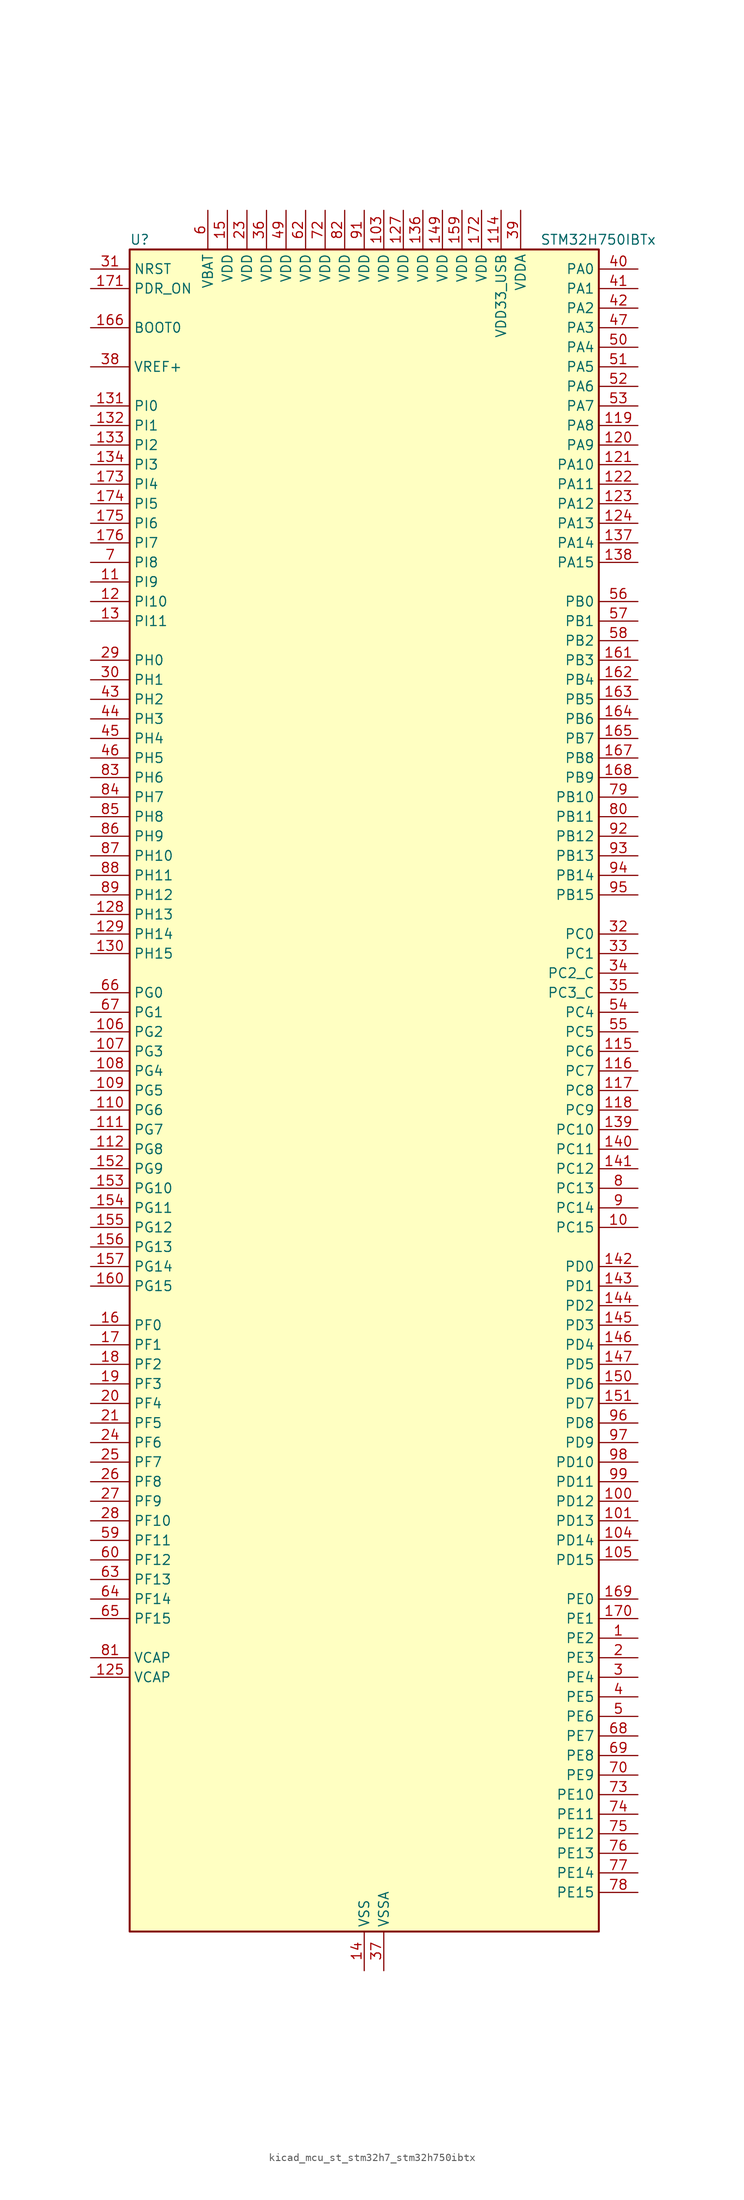
<source format=kicad_sym>
(kicad_symbol_lib
  (version 20220914)
  (generator kicad_symbol_editor)
  (symbol "kicad_mcu_st_stm32h7_stm32h750ibtx"
    (property "Reference" "U"
      (at -30.48 110.49 0)
      (effects (font (size 1.27 1.27)) (justify left)))
    (property "Value" "STM32H750IBTx"
      (at 22.86 110.49 0)
      (effects (font (size 1.27 1.27)) (justify left)))
    (property "ki_locked" ""
      (at 0 0 0)
      (effects (font (size 1.27 1.27))))
    (symbol "kicad_mcu_st_stm32h7_stm32h750ibtx_0_1"
      (rectangle (start -30.48 -109.22) (end 30.48 109.22) (stroke (width 0.254) (type default)) (fill (type background))))
    (symbol "kicad_mcu_st_stm32h7_stm32h750ibtx_1_1"
      (pin bidirectional line (at 35.56 -71.12 180) (length 5.08) (name "PE2" (effects (font (size 1.27 1.27)))) (number "1" (effects (font (size 1.27 1.27)))) (alternate "DEBUG_TRACECLK" bidirectional line) (alternate "ETH_TXD3" bidirectional line) (alternate "FMC_A23" bidirectional line) (alternate "QUADSPI_BK1_IO2" bidirectional line) (alternate "SAI1_CK1" bidirectional line) (alternate "SAI1_MCLK_A" bidirectional line) (alternate "SAI4_CK1" bidirectional line) (alternate "SAI4_MCLK_A" bidirectional line) (alternate "SPI4_SCK" bidirectional line))
      (pin bidirectional line (at 35.56 -17.78 180) (length 5.08) (name "PC15" (effects (font (size 1.27 1.27)))) (number "10" (effects (font (size 1.27 1.27)))) (alternate "ADC1_EXTI15" bidirectional line) (alternate "ADC2_EXTI15" bidirectional line) (alternate "ADC3_EXTI15" bidirectional line) (alternate "RCC_OSC32_OUT" bidirectional line))
      (pin bidirectional line (at 35.56 -53.34 180) (length 5.08) (name "PD12" (effects (font (size 1.27 1.27)))) (number "100" (effects (font (size 1.27 1.27)))) (alternate "FMC_A17" bidirectional line) (alternate "FMC_ALE" bidirectional line) (alternate "I2C4_SCL" bidirectional line) (alternate "LPTIM1_IN1" bidirectional line) (alternate "LPTIM2_IN1" bidirectional line) (alternate "QUADSPI_BK1_IO1" bidirectional line) (alternate "SAI2_FS_A" bidirectional line) (alternate "TIM4_CH1" bidirectional line) (alternate "USART3_DE" bidirectional line) (alternate "USART3_RTS" bidirectional line))
      (pin bidirectional line (at 35.56 -55.88 180) (length 5.08) (name "PD13" (effects (font (size 1.27 1.27)))) (number "101" (effects (font (size 1.27 1.27)))) (alternate "FMC_A18" bidirectional line) (alternate "I2C4_SDA" bidirectional line) (alternate "LPTIM1_OUT" bidirectional line) (alternate "QUADSPI_BK1_IO3" bidirectional line) (alternate "SAI2_SCK_A" bidirectional line) (alternate "TIM4_CH2" bidirectional line))
      (pin passive line (at 0 -114.3 90) (length 5.08) hide (name "VSS" (effects (font (size 1.27 1.27)))) (number "102" (effects (font (size 1.27 1.27)))))
      (pin power_in line (at 2.54 114.3 270) (length 5.08) (name "VDD" (effects (font (size 1.27 1.27)))) (number "103" (effects (font (size 1.27 1.27)))))
      (pin bidirectional line (at 35.56 -58.42 180) (length 5.08) (name "PD14" (effects (font (size 1.27 1.27)))) (number "104" (effects (font (size 1.27 1.27)))) (alternate "FMC_D0" bidirectional line) (alternate "FMC_DA0" bidirectional line) (alternate "SAI3_MCLK_B" bidirectional line) (alternate "TIM4_CH3" bidirectional line) (alternate "UART8_CTS" bidirectional line))
      (pin bidirectional line (at 35.56 -60.96 180) (length 5.08) (name "PD15" (effects (font (size 1.27 1.27)))) (number "105" (effects (font (size 1.27 1.27)))) (alternate "ADC1_EXTI15" bidirectional line) (alternate "ADC2_EXTI15" bidirectional line) (alternate "ADC3_EXTI15" bidirectional line) (alternate "FMC_D1" bidirectional line) (alternate "FMC_DA1" bidirectional line) (alternate "SAI3_MCLK_A" bidirectional line) (alternate "TIM4_CH4" bidirectional line) (alternate "UART8_DE" bidirectional line) (alternate "UART8_RTS" bidirectional line))
      (pin bidirectional line (at -35.56 7.62 0) (length 5.08) (name "PG2" (effects (font (size 1.27 1.27)))) (number "106" (effects (font (size 1.27 1.27)))) (alternate "FMC_A12" bidirectional line) (alternate "TIM8_BKIN" bidirectional line) (alternate "TIM8_BKIN_COMP1" bidirectional line) (alternate "TIM8_BKIN_COMP2" bidirectional line))
      (pin bidirectional line (at -35.56 5.08 0) (length 5.08) (name "PG3" (effects (font (size 1.27 1.27)))) (number "107" (effects (font (size 1.27 1.27)))) (alternate "FMC_A13" bidirectional line) (alternate "TIM8_BKIN2" bidirectional line) (alternate "TIM8_BKIN2_COMP1" bidirectional line) (alternate "TIM8_BKIN2_COMP2" bidirectional line))
      (pin bidirectional line (at -35.56 2.54 0) (length 5.08) (name "PG4" (effects (font (size 1.27 1.27)))) (number "108" (effects (font (size 1.27 1.27)))) (alternate "FMC_A14" bidirectional line) (alternate "FMC_BA0" bidirectional line) (alternate "TIM1_BKIN2" bidirectional line) (alternate "TIM1_BKIN2_COMP1" bidirectional line) (alternate "TIM1_BKIN2_COMP2" bidirectional line))
      (pin bidirectional line (at -35.56 0 0) (length 5.08) (name "PG5" (effects (font (size 1.27 1.27)))) (number "109" (effects (font (size 1.27 1.27)))) (alternate "FMC_A15" bidirectional line) (alternate "FMC_BA1" bidirectional line) (alternate "TIM1_ETR" bidirectional line))
      (pin bidirectional line (at -35.56 66.04 0) (length 5.08) (name "PI9" (effects (font (size 1.27 1.27)))) (number "11" (effects (font (size 1.27 1.27)))) (alternate "DAC1_EXTI9" bidirectional line) (alternate "FDCAN1_RX" bidirectional line) (alternate "FMC_D30" bidirectional line) (alternate "LTDC_VSYNC" bidirectional line) (alternate "UART4_RX" bidirectional line))
      (pin bidirectional line (at -35.56 -2.54 0) (length 5.08) (name "PG6" (effects (font (size 1.27 1.27)))) (number "110" (effects (font (size 1.27 1.27)))) (alternate "DCMI_D12" bidirectional line) (alternate "FMC_NE3" bidirectional line) (alternate "HRTIM_CHE1" bidirectional line) (alternate "LTDC_R7" bidirectional line) (alternate "QUADSPI_BK1_NCS" bidirectional line) (alternate "TIM17_BKIN" bidirectional line))
      (pin bidirectional line (at -35.56 -5.08 0) (length 5.08) (name "PG7" (effects (font (size 1.27 1.27)))) (number "111" (effects (font (size 1.27 1.27)))) (alternate "DCMI_D13" bidirectional line) (alternate "FMC_INT" bidirectional line) (alternate "HRTIM_CHE2" bidirectional line) (alternate "LTDC_CLK" bidirectional line) (alternate "SAI1_MCLK_A" bidirectional line) (alternate "USART6_CK" bidirectional line))
      (pin bidirectional line (at -35.56 -7.62 0) (length 5.08) (name "PG8" (effects (font (size 1.27 1.27)))) (number "112" (effects (font (size 1.27 1.27)))) (alternate "ETH_PPS_OUT" bidirectional line) (alternate "FMC_SDCLK" bidirectional line) (alternate "LTDC_G7" bidirectional line) (alternate "SPDIFRX1_IN2" bidirectional line) (alternate "SPI6_NSS" bidirectional line) (alternate "TIM8_ETR" bidirectional line) (alternate "USART6_DE" bidirectional line) (alternate "USART6_RTS" bidirectional line))
      (pin passive line (at 0 -114.3 90) (length 5.08) hide (name "VSS" (effects (font (size 1.27 1.27)))) (number "113" (effects (font (size 1.27 1.27)))))
      (pin power_in line (at 17.78 114.3 270) (length 5.08) (name "VDD33_USB" (effects (font (size 1.27 1.27)))) (number "114" (effects (font (size 1.27 1.27)))))
      (pin bidirectional line (at 35.56 5.08 180) (length 5.08) (name "PC6" (effects (font (size 1.27 1.27)))) (number "115" (effects (font (size 1.27 1.27)))) (alternate "DCMI_D0" bidirectional line) (alternate "DFSDM1_CKIN3" bidirectional line) (alternate "FMC_NWAIT" bidirectional line) (alternate "HRTIM_CHA1" bidirectional line) (alternate "I2S2_MCK" bidirectional line) (alternate "LTDC_HSYNC" bidirectional line) (alternate "SDMMC1_D0DIR" bidirectional line) (alternate "SDMMC1_D6" bidirectional line) (alternate "SDMMC2_D6" bidirectional line) (alternate "SWPMI1_IO" bidirectional line) (alternate "TIM3_CH1" bidirectional line) (alternate "TIM8_CH1" bidirectional line) (alternate "USART6_TX" bidirectional line))
      (pin bidirectional line (at 35.56 2.54 180) (length 5.08) (name "PC7" (effects (font (size 1.27 1.27)))) (number "116" (effects (font (size 1.27 1.27)))) (alternate "DCMI_D1" bidirectional line) (alternate "DEBUG_TRGIO" bidirectional line) (alternate "DFSDM1_DATIN3" bidirectional line) (alternate "FMC_NE1" bidirectional line) (alternate "HRTIM_CHA2" bidirectional line) (alternate "I2S3_MCK" bidirectional line) (alternate "LTDC_G6" bidirectional line) (alternate "SDMMC1_D123DIR" bidirectional line) (alternate "SDMMC1_D7" bidirectional line) (alternate "SDMMC2_D7" bidirectional line) (alternate "SWPMI1_TX" bidirectional line) (alternate "TIM3_CH2" bidirectional line) (alternate "TIM8_CH2" bidirectional line) (alternate "USART6_RX" bidirectional line))
      (pin bidirectional line (at 35.56 0 180) (length 5.08) (name "PC8" (effects (font (size 1.27 1.27)))) (number "117" (effects (font (size 1.27 1.27)))) (alternate "DCMI_D2" bidirectional line) (alternate "DEBUG_TRACED1" bidirectional line) (alternate "FMC_NCE" bidirectional line) (alternate "FMC_NE2" bidirectional line) (alternate "HRTIM_CHB1" bidirectional line) (alternate "SDMMC1_D0" bidirectional line) (alternate "SWPMI1_RX" bidirectional line) (alternate "TIM3_CH3" bidirectional line) (alternate "TIM8_CH3" bidirectional line) (alternate "UART5_DE" bidirectional line) (alternate "UART5_RTS" bidirectional line) (alternate "USART6_CK" bidirectional line))
      (pin bidirectional line (at 35.56 -2.54 180) (length 5.08) (name "PC9" (effects (font (size 1.27 1.27)))) (number "118" (effects (font (size 1.27 1.27)))) (alternate "DAC1_EXTI9" bidirectional line) (alternate "DCMI_D3" bidirectional line) (alternate "I2C3_SDA" bidirectional line) (alternate "I2S_CKIN" bidirectional line) (alternate "LTDC_B2" bidirectional line) (alternate "LTDC_G3" bidirectional line) (alternate "QUADSPI_BK1_IO0" bidirectional line) (alternate "RCC_MCO_2" bidirectional line) (alternate "SDMMC1_D1" bidirectional line) (alternate "SWPMI1_SUSPEND" bidirectional line) (alternate "TIM3_CH4" bidirectional line) (alternate "TIM8_CH4" bidirectional line) (alternate "UART5_CTS" bidirectional line))
      (pin bidirectional line (at 35.56 86.36 180) (length 5.08) (name "PA8" (effects (font (size 1.27 1.27)))) (number "119" (effects (font (size 1.27 1.27)))) (alternate "HRTIM_CHB2" bidirectional line) (alternate "I2C3_SCL" bidirectional line) (alternate "LTDC_B3" bidirectional line) (alternate "LTDC_R6" bidirectional line) (alternate "RCC_MCO_1" bidirectional line) (alternate "TIM1_CH1" bidirectional line) (alternate "TIM8_BKIN2" bidirectional line) (alternate "TIM8_BKIN2_COMP1" bidirectional line) (alternate "TIM8_BKIN2_COMP2" bidirectional line) (alternate "UART7_RX" bidirectional line) (alternate "USART1_CK" bidirectional line) (alternate "USB_OTG_FS_SOF" bidirectional line))
      (pin bidirectional line (at -35.56 63.5 0) (length 5.08) (name "PI10" (effects (font (size 1.27 1.27)))) (number "12" (effects (font (size 1.27 1.27)))) (alternate "ETH_RX_ER" bidirectional line) (alternate "FMC_D31" bidirectional line) (alternate "LTDC_HSYNC" bidirectional line))
      (pin bidirectional line (at 35.56 83.82 180) (length 5.08) (name "PA9" (effects (font (size 1.27 1.27)))) (number "120" (effects (font (size 1.27 1.27)))) (alternate "DAC1_EXTI9" bidirectional line) (alternate "DCMI_D0" bidirectional line) (alternate "HRTIM_CHC1" bidirectional line) (alternate "I2C3_SMBA" bidirectional line) (alternate "I2S2_CK" bidirectional line) (alternate "LPUART1_TX" bidirectional line) (alternate "LTDC_R5" bidirectional line) (alternate "SPI2_SCK" bidirectional line) (alternate "TIM1_CH2" bidirectional line) (alternate "USART1_TX" bidirectional line) (alternate "USB_OTG_FS_VBUS" bidirectional line))
      (pin bidirectional line (at 35.56 81.28 180) (length 5.08) (name "PA10" (effects (font (size 1.27 1.27)))) (number "121" (effects (font (size 1.27 1.27)))) (alternate "DCMI_D1" bidirectional line) (alternate "HRTIM_CHC2" bidirectional line) (alternate "LPUART1_RX" bidirectional line) (alternate "LTDC_B1" bidirectional line) (alternate "LTDC_B4" bidirectional line) (alternate "MDIOS_MDIO" bidirectional line) (alternate "TIM1_CH3" bidirectional line) (alternate "USART1_RX" bidirectional line) (alternate "USB_OTG_FS_ID" bidirectional line))
      (pin bidirectional line (at 35.56 78.74 180) (length 5.08) (name "PA11" (effects (font (size 1.27 1.27)))) (number "122" (effects (font (size 1.27 1.27)))) (alternate "ADC1_EXTI11" bidirectional line) (alternate "ADC2_EXTI11" bidirectional line) (alternate "ADC3_EXTI11" bidirectional line) (alternate "FDCAN1_RX" bidirectional line) (alternate "HRTIM_CHD1" bidirectional line) (alternate "I2S2_WS" bidirectional line) (alternate "LPUART1_CTS" bidirectional line) (alternate "LTDC_R4" bidirectional line) (alternate "SPI2_NSS" bidirectional line) (alternate "TIM1_CH4" bidirectional line) (alternate "UART4_RX" bidirectional line) (alternate "USART1_CTS" bidirectional line) (alternate "USART1_NSS" bidirectional line) (alternate "USB_OTG_FS_DM" bidirectional line))
      (pin bidirectional line (at 35.56 76.2 180) (length 5.08) (name "PA12" (effects (font (size 1.27 1.27)))) (number "123" (effects (font (size 1.27 1.27)))) (alternate "FDCAN1_TX" bidirectional line) (alternate "HRTIM_CHD2" bidirectional line) (alternate "I2S2_CK" bidirectional line) (alternate "LPUART1_DE" bidirectional line) (alternate "LPUART1_RTS" bidirectional line) (alternate "LTDC_R5" bidirectional line) (alternate "SAI2_FS_B" bidirectional line) (alternate "SPI2_SCK" bidirectional line) (alternate "TIM1_ETR" bidirectional line) (alternate "UART4_TX" bidirectional line) (alternate "USART1_DE" bidirectional line) (alternate "USART1_RTS" bidirectional line) (alternate "USB_OTG_FS_DP" bidirectional line))
      (pin bidirectional line (at 35.56 73.66 180) (length 5.08) (name "PA13" (effects (font (size 1.27 1.27)))) (number "124" (effects (font (size 1.27 1.27)))) (alternate "DEBUG_JTMS-SWDIO" bidirectional line))
      (pin power_out line (at -35.56 -76.2 0) (length 5.08) (name "VCAP" (effects (font (size 1.27 1.27)))) (number "125" (effects (font (size 1.27 1.27)))))
      (pin passive line (at 0 -114.3 90) (length 5.08) hide (name "VSS" (effects (font (size 1.27 1.27)))) (number "126" (effects (font (size 1.27 1.27)))))
      (pin power_in line (at 5.08 114.3 270) (length 5.08) (name "VDD" (effects (font (size 1.27 1.27)))) (number "127" (effects (font (size 1.27 1.27)))))
      (pin bidirectional line (at -35.56 22.86 0) (length 5.08) (name "PH13" (effects (font (size 1.27 1.27)))) (number "128" (effects (font (size 1.27 1.27)))) (alternate "FDCAN1_TX" bidirectional line) (alternate "FMC_D21" bidirectional line) (alternate "LTDC_G2" bidirectional line) (alternate "TIM8_CH1N" bidirectional line) (alternate "UART4_TX" bidirectional line))
      (pin bidirectional line (at -35.56 20.32 0) (length 5.08) (name "PH14" (effects (font (size 1.27 1.27)))) (number "129" (effects (font (size 1.27 1.27)))) (alternate "DCMI_D4" bidirectional line) (alternate "FDCAN1_RX" bidirectional line) (alternate "FMC_D22" bidirectional line) (alternate "LTDC_G3" bidirectional line) (alternate "TIM8_CH2N" bidirectional line) (alternate "UART4_RX" bidirectional line))
      (pin bidirectional line (at -35.56 60.96 0) (length 5.08) (name "PI11" (effects (font (size 1.27 1.27)))) (number "13" (effects (font (size 1.27 1.27)))) (alternate "ADC1_EXTI11" bidirectional line) (alternate "ADC2_EXTI11" bidirectional line) (alternate "ADC3_EXTI11" bidirectional line) (alternate "LTDC_G6" bidirectional line) (alternate "PWR_WKUP4" bidirectional line) (alternate "USB_OTG_HS_ULPI_DIR" bidirectional line))
      (pin bidirectional line (at -35.56 17.78 0) (length 5.08) (name "PH15" (effects (font (size 1.27 1.27)))) (number "130" (effects (font (size 1.27 1.27)))) (alternate "ADC1_EXTI15" bidirectional line) (alternate "ADC2_EXTI15" bidirectional line) (alternate "ADC3_EXTI15" bidirectional line) (alternate "DCMI_D11" bidirectional line) (alternate "FMC_D23" bidirectional line) (alternate "LTDC_G4" bidirectional line) (alternate "TIM8_CH3N" bidirectional line))
      (pin bidirectional line (at -35.56 88.9 0) (length 5.08) (name "PI0" (effects (font (size 1.27 1.27)))) (number "131" (effects (font (size 1.27 1.27)))) (alternate "DCMI_D13" bidirectional line) (alternate "FMC_D24" bidirectional line) (alternate "I2S2_WS" bidirectional line) (alternate "LTDC_G5" bidirectional line) (alternate "SPI2_NSS" bidirectional line) (alternate "TIM5_CH4" bidirectional line))
      (pin bidirectional line (at -35.56 86.36 0) (length 5.08) (name "PI1" (effects (font (size 1.27 1.27)))) (number "132" (effects (font (size 1.27 1.27)))) (alternate "DCMI_D8" bidirectional line) (alternate "FMC_D25" bidirectional line) (alternate "I2S2_CK" bidirectional line) (alternate "LTDC_G6" bidirectional line) (alternate "SPI2_SCK" bidirectional line) (alternate "TIM8_BKIN2" bidirectional line) (alternate "TIM8_BKIN2_COMP1" bidirectional line) (alternate "TIM8_BKIN2_COMP2" bidirectional line))
      (pin bidirectional line (at -35.56 83.82 0) (length 5.08) (name "PI2" (effects (font (size 1.27 1.27)))) (number "133" (effects (font (size 1.27 1.27)))) (alternate "DCMI_D9" bidirectional line) (alternate "FMC_D26" bidirectional line) (alternate "I2S2_SDI" bidirectional line) (alternate "LTDC_G7" bidirectional line) (alternate "SPI2_MISO" bidirectional line) (alternate "TIM8_CH4" bidirectional line))
      (pin bidirectional line (at -35.56 81.28 0) (length 5.08) (name "PI3" (effects (font (size 1.27 1.27)))) (number "134" (effects (font (size 1.27 1.27)))) (alternate "DCMI_D10" bidirectional line) (alternate "FMC_D27" bidirectional line) (alternate "I2S2_SDO" bidirectional line) (alternate "SPI2_MOSI" bidirectional line) (alternate "TIM8_ETR" bidirectional line))
      (pin passive line (at 0 -114.3 90) (length 5.08) hide (name "VSS" (effects (font (size 1.27 1.27)))) (number "135" (effects (font (size 1.27 1.27)))))
      (pin power_in line (at 7.62 114.3 270) (length 5.08) (name "VDD" (effects (font (size 1.27 1.27)))) (number "136" (effects (font (size 1.27 1.27)))))
      (pin bidirectional line (at 35.56 71.12 180) (length 5.08) (name "PA14" (effects (font (size 1.27 1.27)))) (number "137" (effects (font (size 1.27 1.27)))) (alternate "DEBUG_JTCK-SWCLK" bidirectional line))
      (pin bidirectional line (at 35.56 68.58 180) (length 5.08) (name "PA15" (effects (font (size 1.27 1.27)))) (number "138" (effects (font (size 1.27 1.27)))) (alternate "ADC1_EXTI15" bidirectional line) (alternate "ADC2_EXTI15" bidirectional line) (alternate "ADC3_EXTI15" bidirectional line) (alternate "CEC" bidirectional line) (alternate "DEBUG_JTDI" bidirectional line) (alternate "HRTIM_FLT1" bidirectional line) (alternate "I2S1_WS" bidirectional line) (alternate "I2S3_WS" bidirectional line) (alternate "SPI1_NSS" bidirectional line) (alternate "SPI3_NSS" bidirectional line) (alternate "SPI6_NSS" bidirectional line) (alternate "TIM2_CH1" bidirectional line) (alternate "TIM2_ETR" bidirectional line) (alternate "UART4_DE" bidirectional line) (alternate "UART4_RTS" bidirectional line) (alternate "UART7_TX" bidirectional line))
      (pin bidirectional line (at 35.56 -5.08 180) (length 5.08) (name "PC10" (effects (font (size 1.27 1.27)))) (number "139" (effects (font (size 1.27 1.27)))) (alternate "DCMI_D8" bidirectional line) (alternate "DFSDM1_CKIN5" bidirectional line) (alternate "HRTIM_EEV1" bidirectional line) (alternate "I2S3_CK" bidirectional line) (alternate "LTDC_R2" bidirectional line) (alternate "QUADSPI_BK1_IO1" bidirectional line) (alternate "SDMMC1_D2" bidirectional line) (alternate "SPI3_SCK" bidirectional line) (alternate "UART4_TX" bidirectional line) (alternate "USART3_TX" bidirectional line))
      (pin power_in line (at 0 -114.3 90) (length 5.08) (name "VSS" (effects (font (size 1.27 1.27)))) (number "14" (effects (font (size 1.27 1.27)))))
      (pin bidirectional line (at 35.56 -7.62 180) (length 5.08) (name "PC11" (effects (font (size 1.27 1.27)))) (number "140" (effects (font (size 1.27 1.27)))) (alternate "ADC1_EXTI11" bidirectional line) (alternate "ADC2_EXTI11" bidirectional line) (alternate "ADC3_EXTI11" bidirectional line) (alternate "DCMI_D4" bidirectional line) (alternate "DFSDM1_DATIN5" bidirectional line) (alternate "HRTIM_FLT2" bidirectional line) (alternate "I2S3_SDI" bidirectional line) (alternate "QUADSPI_BK2_NCS" bidirectional line) (alternate "SDMMC1_D3" bidirectional line) (alternate "SPI3_MISO" bidirectional line) (alternate "UART4_RX" bidirectional line) (alternate "USART3_RX" bidirectional line))
      (pin bidirectional line (at 35.56 -10.16 180) (length 5.08) (name "PC12" (effects (font (size 1.27 1.27)))) (number "141" (effects (font (size 1.27 1.27)))) (alternate "DCMI_D9" bidirectional line) (alternate "DEBUG_TRACED3" bidirectional line) (alternate "HRTIM_EEV2" bidirectional line) (alternate "I2S3_SDO" bidirectional line) (alternate "SDMMC1_CK" bidirectional line) (alternate "SPI3_MOSI" bidirectional line) (alternate "UART5_TX" bidirectional line) (alternate "USART3_CK" bidirectional line))
      (pin bidirectional line (at 35.56 -22.86 180) (length 5.08) (name "PD0" (effects (font (size 1.27 1.27)))) (number "142" (effects (font (size 1.27 1.27)))) (alternate "DFSDM1_CKIN6" bidirectional line) (alternate "FDCAN1_RX" bidirectional line) (alternate "FMC_D2" bidirectional line) (alternate "FMC_DA2" bidirectional line) (alternate "SAI3_SCK_A" bidirectional line) (alternate "UART4_RX" bidirectional line))
      (pin bidirectional line (at 35.56 -25.4 180) (length 5.08) (name "PD1" (effects (font (size 1.27 1.27)))) (number "143" (effects (font (size 1.27 1.27)))) (alternate "DFSDM1_DATIN6" bidirectional line) (alternate "FDCAN1_TX" bidirectional line) (alternate "FMC_D3" bidirectional line) (alternate "FMC_DA3" bidirectional line) (alternate "SAI3_SD_A" bidirectional line) (alternate "UART4_TX" bidirectional line))
      (pin bidirectional line (at 35.56 -27.94 180) (length 5.08) (name "PD2" (effects (font (size 1.27 1.27)))) (number "144" (effects (font (size 1.27 1.27)))) (alternate "DCMI_D11" bidirectional line) (alternate "DEBUG_TRACED2" bidirectional line) (alternate "SDMMC1_CMD" bidirectional line) (alternate "TIM3_ETR" bidirectional line) (alternate "UART5_RX" bidirectional line))
      (pin bidirectional line (at 35.56 -30.48 180) (length 5.08) (name "PD3" (effects (font (size 1.27 1.27)))) (number "145" (effects (font (size 1.27 1.27)))) (alternate "DCMI_D5" bidirectional line) (alternate "DFSDM1_CKOUT" bidirectional line) (alternate "FMC_CLK" bidirectional line) (alternate "I2S2_CK" bidirectional line) (alternate "LTDC_G7" bidirectional line) (alternate "SPI2_SCK" bidirectional line) (alternate "USART2_CTS" bidirectional line) (alternate "USART2_NSS" bidirectional line))
      (pin bidirectional line (at 35.56 -33.02 180) (length 5.08) (name "PD4" (effects (font (size 1.27 1.27)))) (number "146" (effects (font (size 1.27 1.27)))) (alternate "FMC_NOE" bidirectional line) (alternate "HRTIM_FLT3" bidirectional line) (alternate "SAI3_FS_A" bidirectional line) (alternate "USART2_DE" bidirectional line) (alternate "USART2_RTS" bidirectional line))
      (pin bidirectional line (at 35.56 -35.56 180) (length 5.08) (name "PD5" (effects (font (size 1.27 1.27)))) (number "147" (effects (font (size 1.27 1.27)))) (alternate "FMC_NWE" bidirectional line) (alternate "HRTIM_EEV3" bidirectional line) (alternate "USART2_TX" bidirectional line))
      (pin passive line (at 0 -114.3 90) (length 5.08) hide (name "VSS" (effects (font (size 1.27 1.27)))) (number "148" (effects (font (size 1.27 1.27)))))
      (pin power_in line (at 10.16 114.3 270) (length 5.08) (name "VDD" (effects (font (size 1.27 1.27)))) (number "149" (effects (font (size 1.27 1.27)))))
      (pin power_in line (at -17.78 114.3 270) (length 5.08) (name "VDD" (effects (font (size 1.27 1.27)))) (number "15" (effects (font (size 1.27 1.27)))))
      (pin bidirectional line (at 35.56 -38.1 180) (length 5.08) (name "PD6" (effects (font (size 1.27 1.27)))) (number "150" (effects (font (size 1.27 1.27)))) (alternate "DCMI_D10" bidirectional line) (alternate "DFSDM1_CKIN4" bidirectional line) (alternate "DFSDM1_DATIN1" bidirectional line) (alternate "FMC_NWAIT" bidirectional line) (alternate "I2S3_SDO" bidirectional line) (alternate "LTDC_B2" bidirectional line) (alternate "SAI1_D1" bidirectional line) (alternate "SAI1_SD_A" bidirectional line) (alternate "SAI4_D1" bidirectional line) (alternate "SAI4_SD_A" bidirectional line) (alternate "SDMMC2_CK" bidirectional line) (alternate "SPI3_MOSI" bidirectional line) (alternate "USART2_RX" bidirectional line))
      (pin bidirectional line (at 35.56 -40.64 180) (length 5.08) (name "PD7" (effects (font (size 1.27 1.27)))) (number "151" (effects (font (size 1.27 1.27)))) (alternate "DFSDM1_CKIN1" bidirectional line) (alternate "DFSDM1_DATIN4" bidirectional line) (alternate "FMC_NE1" bidirectional line) (alternate "I2S1_SDO" bidirectional line) (alternate "SDMMC2_CMD" bidirectional line) (alternate "SPDIFRX1_IN0" bidirectional line) (alternate "SPI1_MOSI" bidirectional line) (alternate "USART2_CK" bidirectional line))
      (pin bidirectional line (at -35.56 -10.16 0) (length 5.08) (name "PG9" (effects (font (size 1.27 1.27)))) (number "152" (effects (font (size 1.27 1.27)))) (alternate "DAC1_EXTI9" bidirectional line) (alternate "DCMI_VSYNC" bidirectional line) (alternate "FMC_NCE" bidirectional line) (alternate "FMC_NE2" bidirectional line) (alternate "I2S1_SDI" bidirectional line) (alternate "QUADSPI_BK2_IO2" bidirectional line) (alternate "SAI2_FS_B" bidirectional line) (alternate "SPDIFRX1_IN3" bidirectional line) (alternate "SPI1_MISO" bidirectional line) (alternate "USART6_RX" bidirectional line))
      (pin bidirectional line (at -35.56 -12.7 0) (length 5.08) (name "PG10" (effects (font (size 1.27 1.27)))) (number "153" (effects (font (size 1.27 1.27)))) (alternate "DCMI_D2" bidirectional line) (alternate "FMC_NE3" bidirectional line) (alternate "HRTIM_FLT5" bidirectional line) (alternate "I2S1_WS" bidirectional line) (alternate "LTDC_B2" bidirectional line) (alternate "LTDC_G3" bidirectional line) (alternate "SAI2_SD_B" bidirectional line) (alternate "SPI1_NSS" bidirectional line))
      (pin bidirectional line (at -35.56 -15.24 0) (length 5.08) (name "PG11" (effects (font (size 1.27 1.27)))) (number "154" (effects (font (size 1.27 1.27)))) (alternate "ADC1_EXTI11" bidirectional line) (alternate "ADC2_EXTI11" bidirectional line) (alternate "ADC3_EXTI11" bidirectional line) (alternate "DCMI_D3" bidirectional line) (alternate "ETH_TX_EN" bidirectional line) (alternate "HRTIM_EEV4" bidirectional line) (alternate "I2S1_CK" bidirectional line) (alternate "LPTIM1_IN2" bidirectional line) (alternate "LTDC_B3" bidirectional line) (alternate "SDMMC2_D2" bidirectional line) (alternate "SPDIFRX1_IN0" bidirectional line) (alternate "SPI1_SCK" bidirectional line))
      (pin bidirectional line (at -35.56 -17.78 0) (length 5.08) (name "PG12" (effects (font (size 1.27 1.27)))) (number "155" (effects (font (size 1.27 1.27)))) (alternate "ETH_TXD1" bidirectional line) (alternate "FMC_NE4" bidirectional line) (alternate "HRTIM_EEV5" bidirectional line) (alternate "LPTIM1_IN1" bidirectional line) (alternate "LTDC_B1" bidirectional line) (alternate "LTDC_B4" bidirectional line) (alternate "SPDIFRX1_IN1" bidirectional line) (alternate "SPI6_MISO" bidirectional line) (alternate "USART6_DE" bidirectional line) (alternate "USART6_RTS" bidirectional line))
      (pin bidirectional line (at -35.56 -20.32 0) (length 5.08) (name "PG13" (effects (font (size 1.27 1.27)))) (number "156" (effects (font (size 1.27 1.27)))) (alternate "DEBUG_TRACED0" bidirectional line) (alternate "ETH_TXD0" bidirectional line) (alternate "FMC_A24" bidirectional line) (alternate "HRTIM_EEV10" bidirectional line) (alternate "LPTIM1_OUT" bidirectional line) (alternate "LTDC_R0" bidirectional line) (alternate "SPI6_SCK" bidirectional line) (alternate "USART6_CTS" bidirectional line) (alternate "USART6_NSS" bidirectional line))
      (pin bidirectional line (at -35.56 -22.86 0) (length 5.08) (name "PG14" (effects (font (size 1.27 1.27)))) (number "157" (effects (font (size 1.27 1.27)))) (alternate "DEBUG_TRACED1" bidirectional line) (alternate "ETH_TXD1" bidirectional line) (alternate "FMC_A25" bidirectional line) (alternate "LPTIM1_ETR" bidirectional line) (alternate "LTDC_B0" bidirectional line) (alternate "QUADSPI_BK2_IO3" bidirectional line) (alternate "SPI6_MOSI" bidirectional line) (alternate "USART6_TX" bidirectional line))
      (pin passive line (at 0 -114.3 90) (length 5.08) hide (name "VSS" (effects (font (size 1.27 1.27)))) (number "158" (effects (font (size 1.27 1.27)))))
      (pin power_in line (at 12.7 114.3 270) (length 5.08) (name "VDD" (effects (font (size 1.27 1.27)))) (number "159" (effects (font (size 1.27 1.27)))))
      (pin bidirectional line (at -35.56 -30.48 0) (length 5.08) (name "PF0" (effects (font (size 1.27 1.27)))) (number "16" (effects (font (size 1.27 1.27)))) (alternate "FMC_A0" bidirectional line) (alternate "I2C2_SDA" bidirectional line))
      (pin bidirectional line (at -35.56 -25.4 0) (length 5.08) (name "PG15" (effects (font (size 1.27 1.27)))) (number "160" (effects (font (size 1.27 1.27)))) (alternate "ADC1_EXTI15" bidirectional line) (alternate "ADC2_EXTI15" bidirectional line) (alternate "ADC3_EXTI15" bidirectional line) (alternate "DCMI_D13" bidirectional line) (alternate "FMC_SDNCAS" bidirectional line) (alternate "USART6_CTS" bidirectional line) (alternate "USART6_NSS" bidirectional line))
      (pin bidirectional line (at 35.56 55.88 180) (length 5.08) (name "PB3" (effects (font (size 1.27 1.27)))) (number "161" (effects (font (size 1.27 1.27)))) (alternate "CRS_SYNC" bidirectional line) (alternate "DEBUG_JTDO-SWO" bidirectional line) (alternate "HRTIM_FLT4" bidirectional line) (alternate "I2S1_CK" bidirectional line) (alternate "I2S3_CK" bidirectional line) (alternate "SDMMC2_D2" bidirectional line) (alternate "SPI1_SCK" bidirectional line) (alternate "SPI3_SCK" bidirectional line) (alternate "SPI6_SCK" bidirectional line) (alternate "TIM2_CH2" bidirectional line) (alternate "UART7_RX" bidirectional line))
      (pin bidirectional line (at 35.56 53.34 180) (length 5.08) (name "PB4" (effects (font (size 1.27 1.27)))) (number "162" (effects (font (size 1.27 1.27)))) (alternate "DEBUG_JTRST" bidirectional line) (alternate "HRTIM_EEV6" bidirectional line) (alternate "I2S1_SDI" bidirectional line) (alternate "I2S2_WS" bidirectional line) (alternate "I2S3_SDI" bidirectional line) (alternate "SDMMC2_D3" bidirectional line) (alternate "SPI1_MISO" bidirectional line) (alternate "SPI2_NSS" bidirectional line) (alternate "SPI3_MISO" bidirectional line) (alternate "SPI6_MISO" bidirectional line) (alternate "TIM16_BKIN" bidirectional line) (alternate "TIM3_CH1" bidirectional line) (alternate "UART7_TX" bidirectional line))
      (pin bidirectional line (at 35.56 50.8 180) (length 5.08) (name "PB5" (effects (font (size 1.27 1.27)))) (number "163" (effects (font (size 1.27 1.27)))) (alternate "DCMI_D10" bidirectional line) (alternate "ETH_PPS_OUT" bidirectional line) (alternate "FDCAN2_RX" bidirectional line) (alternate "FMC_SDCKE1" bidirectional line) (alternate "HRTIM_EEV7" bidirectional line) (alternate "I2C1_SMBA" bidirectional line) (alternate "I2C4_SMBA" bidirectional line) (alternate "I2S1_SDO" bidirectional line) (alternate "I2S3_SDO" bidirectional line) (alternate "SPI1_MOSI" bidirectional line) (alternate "SPI3_MOSI" bidirectional line) (alternate "SPI6_MOSI" bidirectional line) (alternate "TIM17_BKIN" bidirectional line) (alternate "TIM3_CH2" bidirectional line) (alternate "UART5_RX" bidirectional line) (alternate "USB_OTG_HS_ULPI_D7" bidirectional line))
      (pin bidirectional line (at 35.56 48.26 180) (length 5.08) (name "PB6" (effects (font (size 1.27 1.27)))) (number "164" (effects (font (size 1.27 1.27)))) (alternate "CEC" bidirectional line) (alternate "DCMI_D5" bidirectional line) (alternate "DFSDM1_DATIN5" bidirectional line) (alternate "FDCAN2_TX" bidirectional line) (alternate "FMC_SDNE1" bidirectional line) (alternate "HRTIM_EEV8" bidirectional line) (alternate "I2C1_SCL" bidirectional line) (alternate "I2C4_SCL" bidirectional line) (alternate "LPUART1_TX" bidirectional line) (alternate "QUADSPI_BK1_NCS" bidirectional line) (alternate "TIM16_CH1N" bidirectional line) (alternate "TIM4_CH1" bidirectional line) (alternate "UART5_TX" bidirectional line) (alternate "USART1_TX" bidirectional line))
      (pin bidirectional line (at 35.56 45.72 180) (length 5.08) (name "PB7" (effects (font (size 1.27 1.27)))) (number "165" (effects (font (size 1.27 1.27)))) (alternate "DCMI_VSYNC" bidirectional line) (alternate "DFSDM1_CKIN5" bidirectional line) (alternate "FMC_NL" bidirectional line) (alternate "HRTIM_EEV9" bidirectional line) (alternate "I2C1_SDA" bidirectional line) (alternate "I2C4_SDA" bidirectional line) (alternate "LPUART1_RX" bidirectional line) (alternate "PWR_PVD_IN" bidirectional line) (alternate "TIM17_CH1N" bidirectional line) (alternate "TIM4_CH2" bidirectional line) (alternate "USART1_RX" bidirectional line))
      (pin input line (at -35.56 99.06 0) (length 5.08) (name "BOOT0" (effects (font (size 1.27 1.27)))) (number "166" (effects (font (size 1.27 1.27)))))
      (pin bidirectional line (at 35.56 43.18 180) (length 5.08) (name "PB8" (effects (font (size 1.27 1.27)))) (number "167" (effects (font (size 1.27 1.27)))) (alternate "DCMI_D6" bidirectional line) (alternate "DFSDM1_CKIN7" bidirectional line) (alternate "ETH_TXD3" bidirectional line) (alternate "FDCAN1_RX" bidirectional line) (alternate "I2C1_SCL" bidirectional line) (alternate "I2C4_SCL" bidirectional line) (alternate "LTDC_B6" bidirectional line) (alternate "SDMMC1_CKIN" bidirectional line) (alternate "SDMMC1_D4" bidirectional line) (alternate "SDMMC2_D4" bidirectional line) (alternate "TIM16_CH1" bidirectional line) (alternate "TIM4_CH3" bidirectional line) (alternate "UART4_RX" bidirectional line))
      (pin bidirectional line (at 35.56 40.64 180) (length 5.08) (name "PB9" (effects (font (size 1.27 1.27)))) (number "168" (effects (font (size 1.27 1.27)))) (alternate "DAC1_EXTI9" bidirectional line) (alternate "DCMI_D7" bidirectional line) (alternate "DFSDM1_DATIN7" bidirectional line) (alternate "FDCAN1_TX" bidirectional line) (alternate "I2C1_SDA" bidirectional line) (alternate "I2C4_SDA" bidirectional line) (alternate "I2C4_SMBA" bidirectional line) (alternate "I2S2_WS" bidirectional line) (alternate "LTDC_B7" bidirectional line) (alternate "SDMMC1_CDIR" bidirectional line) (alternate "SDMMC1_D5" bidirectional line) (alternate "SDMMC2_D5" bidirectional line) (alternate "SPI2_NSS" bidirectional line) (alternate "TIM17_CH1" bidirectional line) (alternate "TIM4_CH4" bidirectional line) (alternate "UART4_TX" bidirectional line))
      (pin bidirectional line (at 35.56 -66.04 180) (length 5.08) (name "PE0" (effects (font (size 1.27 1.27)))) (number "169" (effects (font (size 1.27 1.27)))) (alternate "DCMI_D2" bidirectional line) (alternate "FMC_NBL0" bidirectional line) (alternate "HRTIM_SCIN" bidirectional line) (alternate "LPTIM1_ETR" bidirectional line) (alternate "LPTIM2_ETR" bidirectional line) (alternate "SAI2_MCLK_A" bidirectional line) (alternate "TIM4_ETR" bidirectional line) (alternate "UART8_RX" bidirectional line))
      (pin bidirectional line (at -35.56 -33.02 0) (length 5.08) (name "PF1" (effects (font (size 1.27 1.27)))) (number "17" (effects (font (size 1.27 1.27)))) (alternate "FMC_A1" bidirectional line) (alternate "I2C2_SCL" bidirectional line))
      (pin bidirectional line (at 35.56 -68.58 180) (length 5.08) (name "PE1" (effects (font (size 1.27 1.27)))) (number "170" (effects (font (size 1.27 1.27)))) (alternate "DCMI_D3" bidirectional line) (alternate "FMC_NBL1" bidirectional line) (alternate "HRTIM_SCOUT" bidirectional line) (alternate "LPTIM1_IN2" bidirectional line) (alternate "UART8_TX" bidirectional line))
      (pin input line (at -35.56 104.14 0) (length 5.08) (name "PDR_ON" (effects (font (size 1.27 1.27)))) (number "171" (effects (font (size 1.27 1.27)))))
      (pin power_in line (at 15.24 114.3 270) (length 5.08) (name "VDD" (effects (font (size 1.27 1.27)))) (number "172" (effects (font (size 1.27 1.27)))))
      (pin bidirectional line (at -35.56 78.74 0) (length 5.08) (name "PI4" (effects (font (size 1.27 1.27)))) (number "173" (effects (font (size 1.27 1.27)))) (alternate "DCMI_D5" bidirectional line) (alternate "FMC_NBL2" bidirectional line) (alternate "LTDC_B4" bidirectional line) (alternate "SAI2_MCLK_A" bidirectional line) (alternate "TIM8_BKIN" bidirectional line) (alternate "TIM8_BKIN_COMP1" bidirectional line) (alternate "TIM8_BKIN_COMP2" bidirectional line))
      (pin bidirectional line (at -35.56 76.2 0) (length 5.08) (name "PI5" (effects (font (size 1.27 1.27)))) (number "174" (effects (font (size 1.27 1.27)))) (alternate "DCMI_VSYNC" bidirectional line) (alternate "FMC_NBL3" bidirectional line) (alternate "LTDC_B5" bidirectional line) (alternate "SAI2_SCK_A" bidirectional line) (alternate "TIM8_CH1" bidirectional line))
      (pin bidirectional line (at -35.56 73.66 0) (length 5.08) (name "PI6" (effects (font (size 1.27 1.27)))) (number "175" (effects (font (size 1.27 1.27)))) (alternate "DCMI_D6" bidirectional line) (alternate "FMC_D28" bidirectional line) (alternate "LTDC_B6" bidirectional line) (alternate "SAI2_SD_A" bidirectional line) (alternate "TIM8_CH2" bidirectional line))
      (pin bidirectional line (at -35.56 71.12 0) (length 5.08) (name "PI7" (effects (font (size 1.27 1.27)))) (number "176" (effects (font (size 1.27 1.27)))) (alternate "DCMI_D7" bidirectional line) (alternate "FMC_D29" bidirectional line) (alternate "LTDC_B7" bidirectional line) (alternate "SAI2_FS_A" bidirectional line) (alternate "TIM8_CH3" bidirectional line))
      (pin bidirectional line (at -35.56 -35.56 0) (length 5.08) (name "PF2" (effects (font (size 1.27 1.27)))) (number "18" (effects (font (size 1.27 1.27)))) (alternate "FMC_A2" bidirectional line) (alternate "I2C2_SMBA" bidirectional line))
      (pin bidirectional line (at -35.56 -38.1 0) (length 5.08) (name "PF3" (effects (font (size 1.27 1.27)))) (number "19" (effects (font (size 1.27 1.27)))) (alternate "ADC3_INP5" bidirectional line) (alternate "FMC_A3" bidirectional line))
      (pin bidirectional line (at 35.56 -73.66 180) (length 5.08) (name "PE3" (effects (font (size 1.27 1.27)))) (number "2" (effects (font (size 1.27 1.27)))) (alternate "DEBUG_TRACED0" bidirectional line) (alternate "FMC_A19" bidirectional line) (alternate "SAI1_SD_B" bidirectional line) (alternate "SAI4_SD_B" bidirectional line) (alternate "TIM15_BKIN" bidirectional line))
      (pin bidirectional line (at -35.56 -40.64 0) (length 5.08) (name "PF4" (effects (font (size 1.27 1.27)))) (number "20" (effects (font (size 1.27 1.27)))) (alternate "ADC3_INN5" bidirectional line) (alternate "ADC3_INP9" bidirectional line) (alternate "FMC_A4" bidirectional line))
      (pin bidirectional line (at -35.56 -43.18 0) (length 5.08) (name "PF5" (effects (font (size 1.27 1.27)))) (number "21" (effects (font (size 1.27 1.27)))) (alternate "ADC3_INP4" bidirectional line) (alternate "FMC_A5" bidirectional line))
      (pin passive line (at 0 -114.3 90) (length 5.08) hide (name "VSS" (effects (font (size 1.27 1.27)))) (number "22" (effects (font (size 1.27 1.27)))))
      (pin power_in line (at -15.24 114.3 270) (length 5.08) (name "VDD" (effects (font (size 1.27 1.27)))) (number "23" (effects (font (size 1.27 1.27)))))
      (pin bidirectional line (at -35.56 -45.72 0) (length 5.08) (name "PF6" (effects (font (size 1.27 1.27)))) (number "24" (effects (font (size 1.27 1.27)))) (alternate "ADC3_INN4" bidirectional line) (alternate "ADC3_INP8" bidirectional line) (alternate "QUADSPI_BK1_IO3" bidirectional line) (alternate "SAI1_SD_B" bidirectional line) (alternate "SAI4_SD_B" bidirectional line) (alternate "SPI5_NSS" bidirectional line) (alternate "TIM16_CH1" bidirectional line) (alternate "UART7_RX" bidirectional line))
      (pin bidirectional line (at -35.56 -48.26 0) (length 5.08) (name "PF7" (effects (font (size 1.27 1.27)))) (number "25" (effects (font (size 1.27 1.27)))) (alternate "ADC3_INP3" bidirectional line) (alternate "QUADSPI_BK1_IO2" bidirectional line) (alternate "SAI1_MCLK_B" bidirectional line) (alternate "SAI4_MCLK_B" bidirectional line) (alternate "SPI5_SCK" bidirectional line) (alternate "TIM17_CH1" bidirectional line) (alternate "UART7_TX" bidirectional line))
      (pin bidirectional line (at -35.56 -50.8 0) (length 5.08) (name "PF8" (effects (font (size 1.27 1.27)))) (number "26" (effects (font (size 1.27 1.27)))) (alternate "ADC3_INN3" bidirectional line) (alternate "ADC3_INP7" bidirectional line) (alternate "QUADSPI_BK1_IO0" bidirectional line) (alternate "SAI1_SCK_B" bidirectional line) (alternate "SAI4_SCK_B" bidirectional line) (alternate "SPI5_MISO" bidirectional line) (alternate "TIM13_CH1" bidirectional line) (alternate "TIM16_CH1N" bidirectional line) (alternate "UART7_DE" bidirectional line) (alternate "UART7_RTS" bidirectional line))
      (pin bidirectional line (at -35.56 -53.34 0) (length 5.08) (name "PF9" (effects (font (size 1.27 1.27)))) (number "27" (effects (font (size 1.27 1.27)))) (alternate "ADC3_INP2" bidirectional line) (alternate "DAC1_EXTI9" bidirectional line) (alternate "QUADSPI_BK1_IO1" bidirectional line) (alternate "SAI1_FS_B" bidirectional line) (alternate "SAI4_FS_B" bidirectional line) (alternate "SPI5_MOSI" bidirectional line) (alternate "TIM14_CH1" bidirectional line) (alternate "TIM17_CH1N" bidirectional line) (alternate "UART7_CTS" bidirectional line))
      (pin bidirectional line (at -35.56 -55.88 0) (length 5.08) (name "PF10" (effects (font (size 1.27 1.27)))) (number "28" (effects (font (size 1.27 1.27)))) (alternate "ADC3_INN2" bidirectional line) (alternate "ADC3_INP6" bidirectional line) (alternate "DCMI_D11" bidirectional line) (alternate "LTDC_DE" bidirectional line) (alternate "QUADSPI_CLK" bidirectional line) (alternate "SAI1_D3" bidirectional line) (alternate "SAI4_D3" bidirectional line) (alternate "TIM16_BKIN" bidirectional line))
      (pin bidirectional line (at -35.56 55.88 0) (length 5.08) (name "PH0" (effects (font (size 1.27 1.27)))) (number "29" (effects (font (size 1.27 1.27)))) (alternate "RCC_OSC_IN" bidirectional line))
      (pin bidirectional line (at 35.56 -76.2 180) (length 5.08) (name "PE4" (effects (font (size 1.27 1.27)))) (number "3" (effects (font (size 1.27 1.27)))) (alternate "DCMI_D4" bidirectional line) (alternate "DEBUG_TRACED1" bidirectional line) (alternate "DFSDM1_DATIN3" bidirectional line) (alternate "FMC_A20" bidirectional line) (alternate "LTDC_B0" bidirectional line) (alternate "SAI1_D2" bidirectional line) (alternate "SAI1_FS_A" bidirectional line) (alternate "SAI4_D2" bidirectional line) (alternate "SAI4_FS_A" bidirectional line) (alternate "SPI4_NSS" bidirectional line) (alternate "TIM15_CH1N" bidirectional line))
      (pin bidirectional line (at -35.56 53.34 0) (length 5.08) (name "PH1" (effects (font (size 1.27 1.27)))) (number "30" (effects (font (size 1.27 1.27)))) (alternate "RCC_OSC_OUT" bidirectional line))
      (pin input line (at -35.56 106.68 0) (length 5.08) (name "NRST" (effects (font (size 1.27 1.27)))) (number "31" (effects (font (size 1.27 1.27)))))
      (pin bidirectional line (at 35.56 20.32 180) (length 5.08) (name "PC0" (effects (font (size 1.27 1.27)))) (number "32" (effects (font (size 1.27 1.27)))) (alternate "ADC1_INP10" bidirectional line) (alternate "ADC2_INP10" bidirectional line) (alternate "ADC3_INP10" bidirectional line) (alternate "DFSDM1_CKIN0" bidirectional line) (alternate "DFSDM1_DATIN4" bidirectional line) (alternate "FMC_SDNWE" bidirectional line) (alternate "LTDC_R5" bidirectional line) (alternate "SAI2_FS_B" bidirectional line) (alternate "USB_OTG_HS_ULPI_STP" bidirectional line))
      (pin bidirectional line (at 35.56 17.78 180) (length 5.08) (name "PC1" (effects (font (size 1.27 1.27)))) (number "33" (effects (font (size 1.27 1.27)))) (alternate "ADC1_INN10" bidirectional line) (alternate "ADC1_INP11" bidirectional line) (alternate "ADC2_INN10" bidirectional line) (alternate "ADC2_INP11" bidirectional line) (alternate "ADC3_INN10" bidirectional line) (alternate "ADC3_INP11" bidirectional line) (alternate "DEBUG_TRACED0" bidirectional line) (alternate "DFSDM1_CKIN4" bidirectional line) (alternate "DFSDM1_DATIN0" bidirectional line) (alternate "ETH_MDC" bidirectional line) (alternate "I2S2_SDO" bidirectional line) (alternate "MDIOS_MDC" bidirectional line) (alternate "PWR_WKUP5" bidirectional line) (alternate "RTC_TAMP3" bidirectional line) (alternate "SAI1_D1" bidirectional line) (alternate "SAI1_SD_A" bidirectional line) (alternate "SAI4_D1" bidirectional line) (alternate "SAI4_SD_A" bidirectional line) (alternate "SDMMC2_CK" bidirectional line) (alternate "SPI2_MOSI" bidirectional line))
      (pin bidirectional line (at 35.56 15.24 180) (length 5.08) (name "PC2_C" (effects (font (size 1.27 1.27)))) (number "34" (effects (font (size 1.27 1.27)))) (alternate "ADC3_INN1" bidirectional line) (alternate "ADC3_INP0" bidirectional line) (alternate "DFSDM1_CKIN1" bidirectional line) (alternate "DFSDM1_CKOUT" bidirectional line) (alternate "ETH_TXD2" bidirectional line) (alternate "FMC_SDNE0" bidirectional line) (alternate "I2S2_SDI" bidirectional line) (alternate "PWR_CSTOP" bidirectional line) (alternate "SPI2_MISO" bidirectional line) (alternate "USB_OTG_HS_ULPI_DIR" bidirectional line))
      (pin bidirectional line (at 35.56 12.7 180) (length 5.08) (name "PC3_C" (effects (font (size 1.27 1.27)))) (number "35" (effects (font (size 1.27 1.27)))) (alternate "ADC3_INP1" bidirectional line) (alternate "DFSDM1_DATIN1" bidirectional line) (alternate "ETH_TX_CLK" bidirectional line) (alternate "FMC_SDCKE0" bidirectional line) (alternate "I2S2_SDO" bidirectional line) (alternate "PWR_CSLEEP" bidirectional line) (alternate "SPI2_MOSI" bidirectional line) (alternate "USB_OTG_HS_ULPI_NXT" bidirectional line))
      (pin power_in line (at -12.7 114.3 270) (length 5.08) (name "VDD" (effects (font (size 1.27 1.27)))) (number "36" (effects (font (size 1.27 1.27)))))
      (pin power_in line (at 2.54 -114.3 90) (length 5.08) (name "VSSA" (effects (font (size 1.27 1.27)))) (number "37" (effects (font (size 1.27 1.27)))))
      (pin input line (at -35.56 93.98 0) (length 5.08) (name "VREF+" (effects (font (size 1.27 1.27)))) (number "38" (effects (font (size 1.27 1.27)))) (alternate "VREFBUF_OUT" bidirectional line))
      (pin power_in line (at 20.32 114.3 270) (length 5.08) (name "VDDA" (effects (font (size 1.27 1.27)))) (number "39" (effects (font (size 1.27 1.27)))))
      (pin bidirectional line (at 35.56 -78.74 180) (length 5.08) (name "PE5" (effects (font (size 1.27 1.27)))) (number "4" (effects (font (size 1.27 1.27)))) (alternate "DCMI_D6" bidirectional line) (alternate "DEBUG_TRACED2" bidirectional line) (alternate "DFSDM1_CKIN3" bidirectional line) (alternate "FMC_A21" bidirectional line) (alternate "LTDC_G0" bidirectional line) (alternate "SAI1_CK2" bidirectional line) (alternate "SAI1_SCK_A" bidirectional line) (alternate "SAI4_CK2" bidirectional line) (alternate "SAI4_SCK_A" bidirectional line) (alternate "SPI4_MISO" bidirectional line) (alternate "TIM15_CH1" bidirectional line))
      (pin bidirectional line (at 35.56 106.68 180) (length 5.08) (name "PA0" (effects (font (size 1.27 1.27)))) (number "40" (effects (font (size 1.27 1.27)))) (alternate "ADC1_INP16" bidirectional line) (alternate "ETH_CRS" bidirectional line) (alternate "PWR_WKUP0" bidirectional line) (alternate "SAI2_SD_B" bidirectional line) (alternate "SDMMC2_CMD" bidirectional line) (alternate "TIM15_BKIN" bidirectional line) (alternate "TIM2_CH1" bidirectional line) (alternate "TIM2_ETR" bidirectional line) (alternate "TIM5_CH1" bidirectional line) (alternate "TIM8_ETR" bidirectional line) (alternate "UART4_TX" bidirectional line) (alternate "USART2_CTS" bidirectional line) (alternate "USART2_NSS" bidirectional line))
      (pin bidirectional line (at 35.56 104.14 180) (length 5.08) (name "PA1" (effects (font (size 1.27 1.27)))) (number "41" (effects (font (size 1.27 1.27)))) (alternate "ADC1_INN16" bidirectional line) (alternate "ADC1_INP17" bidirectional line) (alternate "ETH_REF_CLK" bidirectional line) (alternate "ETH_RX_CLK" bidirectional line) (alternate "LPTIM3_OUT" bidirectional line) (alternate "LTDC_R2" bidirectional line) (alternate "QUADSPI_BK1_IO3" bidirectional line) (alternate "SAI2_MCLK_B" bidirectional line) (alternate "TIM15_CH1N" bidirectional line) (alternate "TIM2_CH2" bidirectional line) (alternate "TIM5_CH2" bidirectional line) (alternate "UART4_RX" bidirectional line) (alternate "USART2_DE" bidirectional line) (alternate "USART2_RTS" bidirectional line))
      (pin bidirectional line (at 35.56 101.6 180) (length 5.08) (name "PA2" (effects (font (size 1.27 1.27)))) (number "42" (effects (font (size 1.27 1.27)))) (alternate "ADC1_INP14" bidirectional line) (alternate "ADC2_INP14" bidirectional line) (alternate "ETH_MDIO" bidirectional line) (alternate "LPTIM4_OUT" bidirectional line) (alternate "LTDC_R1" bidirectional line) (alternate "MDIOS_MDIO" bidirectional line) (alternate "PWR_WKUP1" bidirectional line) (alternate "SAI2_SCK_B" bidirectional line) (alternate "TIM15_CH1" bidirectional line) (alternate "TIM2_CH3" bidirectional line) (alternate "TIM5_CH3" bidirectional line) (alternate "USART2_TX" bidirectional line))
      (pin bidirectional line (at -35.56 50.8 0) (length 5.08) (name "PH2" (effects (font (size 1.27 1.27)))) (number "43" (effects (font (size 1.27 1.27)))) (alternate "ADC3_INP13" bidirectional line) (alternate "ETH_CRS" bidirectional line) (alternate "FMC_SDCKE0" bidirectional line) (alternate "LPTIM1_IN2" bidirectional line) (alternate "LTDC_R0" bidirectional line) (alternate "QUADSPI_BK2_IO0" bidirectional line) (alternate "SAI2_SCK_B" bidirectional line))
      (pin bidirectional line (at -35.56 48.26 0) (length 5.08) (name "PH3" (effects (font (size 1.27 1.27)))) (number "44" (effects (font (size 1.27 1.27)))) (alternate "ADC3_INN13" bidirectional line) (alternate "ADC3_INP14" bidirectional line) (alternate "ETH_COL" bidirectional line) (alternate "FMC_SDNE0" bidirectional line) (alternate "LTDC_R1" bidirectional line) (alternate "QUADSPI_BK2_IO1" bidirectional line) (alternate "SAI2_MCLK_B" bidirectional line))
      (pin bidirectional line (at -35.56 45.72 0) (length 5.08) (name "PH4" (effects (font (size 1.27 1.27)))) (number "45" (effects (font (size 1.27 1.27)))) (alternate "ADC3_INN14" bidirectional line) (alternate "ADC3_INP15" bidirectional line) (alternate "I2C2_SCL" bidirectional line) (alternate "LTDC_G4" bidirectional line) (alternate "LTDC_G5" bidirectional line) (alternate "USB_OTG_HS_ULPI_NXT" bidirectional line))
      (pin bidirectional line (at -35.56 43.18 0) (length 5.08) (name "PH5" (effects (font (size 1.27 1.27)))) (number "46" (effects (font (size 1.27 1.27)))) (alternate "ADC3_INN15" bidirectional line) (alternate "ADC3_INP16" bidirectional line) (alternate "FMC_SDNWE" bidirectional line) (alternate "I2C2_SDA" bidirectional line) (alternate "SPI5_NSS" bidirectional line))
      (pin bidirectional line (at 35.56 99.06 180) (length 5.08) (name "PA3" (effects (font (size 1.27 1.27)))) (number "47" (effects (font (size 1.27 1.27)))) (alternate "ADC1_INP15" bidirectional line) (alternate "ADC2_INP15" bidirectional line) (alternate "ETH_COL" bidirectional line) (alternate "LPTIM5_OUT" bidirectional line) (alternate "LTDC_B2" bidirectional line) (alternate "LTDC_B5" bidirectional line) (alternate "TIM15_CH2" bidirectional line) (alternate "TIM2_CH4" bidirectional line) (alternate "TIM5_CH4" bidirectional line) (alternate "USART2_RX" bidirectional line) (alternate "USB_OTG_HS_ULPI_D0" bidirectional line))
      (pin passive line (at 0 -114.3 90) (length 5.08) hide (name "VSS" (effects (font (size 1.27 1.27)))) (number "48" (effects (font (size 1.27 1.27)))))
      (pin power_in line (at -10.16 114.3 270) (length 5.08) (name "VDD" (effects (font (size 1.27 1.27)))) (number "49" (effects (font (size 1.27 1.27)))))
      (pin bidirectional line (at 35.56 -81.28 180) (length 5.08) (name "PE6" (effects (font (size 1.27 1.27)))) (number "5" (effects (font (size 1.27 1.27)))) (alternate "DCMI_D7" bidirectional line) (alternate "DEBUG_TRACED3" bidirectional line) (alternate "FMC_A22" bidirectional line) (alternate "LTDC_G1" bidirectional line) (alternate "SAI1_D1" bidirectional line) (alternate "SAI1_SD_A" bidirectional line) (alternate "SAI2_MCLK_B" bidirectional line) (alternate "SAI4_D1" bidirectional line) (alternate "SAI4_SD_A" bidirectional line) (alternate "SPI4_MOSI" bidirectional line) (alternate "TIM15_CH2" bidirectional line) (alternate "TIM1_BKIN2" bidirectional line) (alternate "TIM1_BKIN2_COMP1" bidirectional line) (alternate "TIM1_BKIN2_COMP2" bidirectional line))
      (pin bidirectional line (at 35.56 96.52 180) (length 5.08) (name "PA4" (effects (font (size 1.27 1.27)))) (number "50" (effects (font (size 1.27 1.27)))) (alternate "ADC1_INP18" bidirectional line) (alternate "ADC2_INP18" bidirectional line) (alternate "DAC1_OUT1" bidirectional line) (alternate "DCMI_HSYNC" bidirectional line) (alternate "I2S1_WS" bidirectional line) (alternate "I2S3_WS" bidirectional line) (alternate "LTDC_VSYNC" bidirectional line) (alternate "SPI1_NSS" bidirectional line) (alternate "SPI3_NSS" bidirectional line) (alternate "SPI6_NSS" bidirectional line) (alternate "TIM5_ETR" bidirectional line) (alternate "USART2_CK" bidirectional line) (alternate "USB_OTG_HS_SOF" bidirectional line))
      (pin bidirectional line (at 35.56 93.98 180) (length 5.08) (name "PA5" (effects (font (size 1.27 1.27)))) (number "51" (effects (font (size 1.27 1.27)))) (alternate "ADC1_INN18" bidirectional line) (alternate "ADC1_INP19" bidirectional line) (alternate "ADC2_INN18" bidirectional line) (alternate "ADC2_INP19" bidirectional line) (alternate "DAC1_OUT2" bidirectional line) (alternate "I2S1_CK" bidirectional line) (alternate "LTDC_R4" bidirectional line) (alternate "PWR_NDSTOP2" bidirectional line) (alternate "SPI1_SCK" bidirectional line) (alternate "SPI6_SCK" bidirectional line) (alternate "TIM2_CH1" bidirectional line) (alternate "TIM2_ETR" bidirectional line) (alternate "TIM8_CH1N" bidirectional line) (alternate "USB_OTG_HS_ULPI_CK" bidirectional line))
      (pin bidirectional line (at 35.56 91.44 180) (length 5.08) (name "PA6" (effects (font (size 1.27 1.27)))) (number "52" (effects (font (size 1.27 1.27)))) (alternate "ADC1_INP3" bidirectional line) (alternate "ADC2_INP3" bidirectional line) (alternate "DCMI_PIXCLK" bidirectional line) (alternate "I2S1_SDI" bidirectional line) (alternate "LTDC_G2" bidirectional line) (alternate "MDIOS_MDC" bidirectional line) (alternate "SPI1_MISO" bidirectional line) (alternate "SPI6_MISO" bidirectional line) (alternate "TIM13_CH1" bidirectional line) (alternate "TIM1_BKIN" bidirectional line) (alternate "TIM1_BKIN_COMP1" bidirectional line) (alternate "TIM1_BKIN_COMP2" bidirectional line) (alternate "TIM3_CH1" bidirectional line) (alternate "TIM8_BKIN" bidirectional line) (alternate "TIM8_BKIN_COMP1" bidirectional line) (alternate "TIM8_BKIN_COMP2" bidirectional line))
      (pin bidirectional line (at 35.56 88.9 180) (length 5.08) (name "PA7" (effects (font (size 1.27 1.27)))) (number "53" (effects (font (size 1.27 1.27)))) (alternate "ADC1_INN3" bidirectional line) (alternate "ADC1_INP7" bidirectional line) (alternate "ADC2_INN3" bidirectional line) (alternate "ADC2_INP7" bidirectional line) (alternate "ETH_CRS_DV" bidirectional line) (alternate "ETH_RX_DV" bidirectional line) (alternate "FMC_SDNWE" bidirectional line) (alternate "I2S1_SDO" bidirectional line) (alternate "OPAMP1_VINM" bidirectional line) (alternate "OPAMP1_VINM1" bidirectional line) (alternate "SPI1_MOSI" bidirectional line) (alternate "SPI6_MOSI" bidirectional line) (alternate "TIM14_CH1" bidirectional line) (alternate "TIM1_CH1N" bidirectional line) (alternate "TIM3_CH2" bidirectional line) (alternate "TIM8_CH1N" bidirectional line))
      (pin bidirectional line (at 35.56 10.16 180) (length 5.08) (name "PC4" (effects (font (size 1.27 1.27)))) (number "54" (effects (font (size 1.27 1.27)))) (alternate "ADC1_INP4" bidirectional line) (alternate "ADC2_INP4" bidirectional line) (alternate "COMP1_INM" bidirectional line) (alternate "DFSDM1_CKIN2" bidirectional line) (alternate "ETH_RXD0" bidirectional line) (alternate "FMC_SDNE0" bidirectional line) (alternate "I2S1_MCK" bidirectional line) (alternate "OPAMP1_VOUT" bidirectional line) (alternate "SPDIFRX1_IN2" bidirectional line))
      (pin bidirectional line (at 35.56 7.62 180) (length 5.08) (name "PC5" (effects (font (size 1.27 1.27)))) (number "55" (effects (font (size 1.27 1.27)))) (alternate "ADC1_INN4" bidirectional line) (alternate "ADC1_INP8" bidirectional line) (alternate "ADC2_INN4" bidirectional line) (alternate "ADC2_INP8" bidirectional line) (alternate "COMP1_OUT" bidirectional line) (alternate "DFSDM1_DATIN2" bidirectional line) (alternate "ETH_RXD1" bidirectional line) (alternate "FMC_SDCKE0" bidirectional line) (alternate "OPAMP1_VINM" bidirectional line) (alternate "OPAMP1_VINM0" bidirectional line) (alternate "SAI1_D3" bidirectional line) (alternate "SAI4_D3" bidirectional line) (alternate "SPDIFRX1_IN3" bidirectional line))
      (pin bidirectional line (at 35.56 63.5 180) (length 5.08) (name "PB0" (effects (font (size 1.27 1.27)))) (number "56" (effects (font (size 1.27 1.27)))) (alternate "ADC1_INN5" bidirectional line) (alternate "ADC1_INP9" bidirectional line) (alternate "ADC2_INN5" bidirectional line) (alternate "ADC2_INP9" bidirectional line) (alternate "COMP1_INP" bidirectional line) (alternate "DFSDM1_CKOUT" bidirectional line) (alternate "ETH_RXD2" bidirectional line) (alternate "LTDC_G1" bidirectional line) (alternate "LTDC_R3" bidirectional line) (alternate "OPAMP1_VINP" bidirectional line) (alternate "TIM1_CH2N" bidirectional line) (alternate "TIM3_CH3" bidirectional line) (alternate "TIM8_CH2N" bidirectional line) (alternate "UART4_CTS" bidirectional line) (alternate "USB_OTG_HS_ULPI_D1" bidirectional line))
      (pin bidirectional line (at 35.56 60.96 180) (length 5.08) (name "PB1" (effects (font (size 1.27 1.27)))) (number "57" (effects (font (size 1.27 1.27)))) (alternate "ADC1_INP5" bidirectional line) (alternate "ADC2_INP5" bidirectional line) (alternate "COMP1_INM" bidirectional line) (alternate "DFSDM1_DATIN1" bidirectional line) (alternate "ETH_RXD3" bidirectional line) (alternate "LTDC_G0" bidirectional line) (alternate "LTDC_R6" bidirectional line) (alternate "TIM1_CH3N" bidirectional line) (alternate "TIM3_CH4" bidirectional line) (alternate "TIM8_CH3N" bidirectional line) (alternate "USB_OTG_HS_ULPI_D2" bidirectional line))
      (pin bidirectional line (at 35.56 58.42 180) (length 5.08) (name "PB2" (effects (font (size 1.27 1.27)))) (number "58" (effects (font (size 1.27 1.27)))) (alternate "COMP1_INP" bidirectional line) (alternate "DFSDM1_CKIN1" bidirectional line) (alternate "I2S3_SDO" bidirectional line) (alternate "QUADSPI_CLK" bidirectional line) (alternate "RTC_OUT_ALARM" bidirectional line) (alternate "RTC_OUT_CALIB" bidirectional line) (alternate "SAI1_D1" bidirectional line) (alternate "SAI1_SD_A" bidirectional line) (alternate "SAI4_D1" bidirectional line) (alternate "SAI4_SD_A" bidirectional line) (alternate "SPI3_MOSI" bidirectional line))
      (pin bidirectional line (at -35.56 -58.42 0) (length 5.08) (name "PF11" (effects (font (size 1.27 1.27)))) (number "59" (effects (font (size 1.27 1.27)))) (alternate "ADC1_EXTI11" bidirectional line) (alternate "ADC1_INP2" bidirectional line) (alternate "ADC2_EXTI11" bidirectional line) (alternate "ADC3_EXTI11" bidirectional line) (alternate "DCMI_D12" bidirectional line) (alternate "FMC_SDNRAS" bidirectional line) (alternate "SAI2_SD_B" bidirectional line) (alternate "SPI5_MOSI" bidirectional line))
      (pin power_in line (at -20.32 114.3 270) (length 5.08) (name "VBAT" (effects (font (size 1.27 1.27)))) (number "6" (effects (font (size 1.27 1.27)))))
      (pin bidirectional line (at -35.56 -60.96 0) (length 5.08) (name "PF12" (effects (font (size 1.27 1.27)))) (number "60" (effects (font (size 1.27 1.27)))) (alternate "ADC1_INN2" bidirectional line) (alternate "ADC1_INP6" bidirectional line) (alternate "FMC_A6" bidirectional line))
      (pin passive line (at 0 -114.3 90) (length 5.08) hide (name "VSS" (effects (font (size 1.27 1.27)))) (number "61" (effects (font (size 1.27 1.27)))))
      (pin power_in line (at -7.62 114.3 270) (length 5.08) (name "VDD" (effects (font (size 1.27 1.27)))) (number "62" (effects (font (size 1.27 1.27)))))
      (pin bidirectional line (at -35.56 -63.5 0) (length 5.08) (name "PF13" (effects (font (size 1.27 1.27)))) (number "63" (effects (font (size 1.27 1.27)))) (alternate "ADC2_INP2" bidirectional line) (alternate "DFSDM1_DATIN6" bidirectional line) (alternate "FMC_A7" bidirectional line) (alternate "I2C4_SMBA" bidirectional line))
      (pin bidirectional line (at -35.56 -66.04 0) (length 5.08) (name "PF14" (effects (font (size 1.27 1.27)))) (number "64" (effects (font (size 1.27 1.27)))) (alternate "ADC2_INN2" bidirectional line) (alternate "ADC2_INP6" bidirectional line) (alternate "DFSDM1_CKIN6" bidirectional line) (alternate "FMC_A8" bidirectional line) (alternate "I2C4_SCL" bidirectional line))
      (pin bidirectional line (at -35.56 -68.58 0) (length 5.08) (name "PF15" (effects (font (size 1.27 1.27)))) (number "65" (effects (font (size 1.27 1.27)))) (alternate "ADC1_EXTI15" bidirectional line) (alternate "ADC2_EXTI15" bidirectional line) (alternate "ADC3_EXTI15" bidirectional line) (alternate "FMC_A9" bidirectional line) (alternate "I2C4_SDA" bidirectional line))
      (pin bidirectional line (at -35.56 12.7 0) (length 5.08) (name "PG0" (effects (font (size 1.27 1.27)))) (number "66" (effects (font (size 1.27 1.27)))) (alternate "FMC_A10" bidirectional line))
      (pin bidirectional line (at -35.56 10.16 0) (length 5.08) (name "PG1" (effects (font (size 1.27 1.27)))) (number "67" (effects (font (size 1.27 1.27)))) (alternate "FMC_A11" bidirectional line) (alternate "OPAMP2_VINM" bidirectional line) (alternate "OPAMP2_VINM1" bidirectional line))
      (pin bidirectional line (at 35.56 -83.82 180) (length 5.08) (name "PE7" (effects (font (size 1.27 1.27)))) (number "68" (effects (font (size 1.27 1.27)))) (alternate "COMP2_INM" bidirectional line) (alternate "DFSDM1_DATIN2" bidirectional line) (alternate "FMC_D4" bidirectional line) (alternate "FMC_DA4" bidirectional line) (alternate "OPAMP2_VOUT" bidirectional line) (alternate "QUADSPI_BK2_IO0" bidirectional line) (alternate "TIM1_ETR" bidirectional line) (alternate "UART7_RX" bidirectional line))
      (pin bidirectional line (at 35.56 -86.36 180) (length 5.08) (name "PE8" (effects (font (size 1.27 1.27)))) (number "69" (effects (font (size 1.27 1.27)))) (alternate "COMP2_OUT" bidirectional line) (alternate "DFSDM1_CKIN2" bidirectional line) (alternate "FMC_D5" bidirectional line) (alternate "FMC_DA5" bidirectional line) (alternate "OPAMP2_VINM" bidirectional line) (alternate "OPAMP2_VINM0" bidirectional line) (alternate "QUADSPI_BK2_IO1" bidirectional line) (alternate "TIM1_CH1N" bidirectional line) (alternate "UART7_TX" bidirectional line))
      (pin bidirectional line (at -35.56 68.58 0) (length 5.08) (name "PI8" (effects (font (size 1.27 1.27)))) (number "7" (effects (font (size 1.27 1.27)))) (alternate "PWR_WKUP3" bidirectional line) (alternate "RTC_TAMP2" bidirectional line))
      (pin bidirectional line (at 35.56 -88.9 180) (length 5.08) (name "PE9" (effects (font (size 1.27 1.27)))) (number "70" (effects (font (size 1.27 1.27)))) (alternate "COMP2_INP" bidirectional line) (alternate "DAC1_EXTI9" bidirectional line) (alternate "DFSDM1_CKOUT" bidirectional line) (alternate "FMC_D6" bidirectional line) (alternate "FMC_DA6" bidirectional line) (alternate "OPAMP2_VINP" bidirectional line) (alternate "QUADSPI_BK2_IO2" bidirectional line) (alternate "TIM1_CH1" bidirectional line) (alternate "UART7_DE" bidirectional line) (alternate "UART7_RTS" bidirectional line))
      (pin passive line (at 0 -114.3 90) (length 5.08) hide (name "VSS" (effects (font (size 1.27 1.27)))) (number "71" (effects (font (size 1.27 1.27)))))
      (pin power_in line (at -5.08 114.3 270) (length 5.08) (name "VDD" (effects (font (size 1.27 1.27)))) (number "72" (effects (font (size 1.27 1.27)))))
      (pin bidirectional line (at 35.56 -91.44 180) (length 5.08) (name "PE10" (effects (font (size 1.27 1.27)))) (number "73" (effects (font (size 1.27 1.27)))) (alternate "COMP2_INM" bidirectional line) (alternate "DFSDM1_DATIN4" bidirectional line) (alternate "FMC_D7" bidirectional line) (alternate "FMC_DA7" bidirectional line) (alternate "QUADSPI_BK2_IO3" bidirectional line) (alternate "TIM1_CH2N" bidirectional line) (alternate "UART7_CTS" bidirectional line))
      (pin bidirectional line (at 35.56 -93.98 180) (length 5.08) (name "PE11" (effects (font (size 1.27 1.27)))) (number "74" (effects (font (size 1.27 1.27)))) (alternate "ADC1_EXTI11" bidirectional line) (alternate "ADC2_EXTI11" bidirectional line) (alternate "ADC3_EXTI11" bidirectional line) (alternate "COMP2_INP" bidirectional line) (alternate "DFSDM1_CKIN4" bidirectional line) (alternate "FMC_D8" bidirectional line) (alternate "FMC_DA8" bidirectional line) (alternate "LTDC_G3" bidirectional line) (alternate "SAI2_SD_B" bidirectional line) (alternate "SPI4_NSS" bidirectional line) (alternate "TIM1_CH2" bidirectional line))
      (pin bidirectional line (at 35.56 -96.52 180) (length 5.08) (name "PE12" (effects (font (size 1.27 1.27)))) (number "75" (effects (font (size 1.27 1.27)))) (alternate "COMP1_OUT" bidirectional line) (alternate "DFSDM1_DATIN5" bidirectional line) (alternate "FMC_D9" bidirectional line) (alternate "FMC_DA9" bidirectional line) (alternate "LTDC_B4" bidirectional line) (alternate "SAI2_SCK_B" bidirectional line) (alternate "SPI4_SCK" bidirectional line) (alternate "TIM1_CH3N" bidirectional line))
      (pin bidirectional line (at 35.56 -99.06 180) (length 5.08) (name "PE13" (effects (font (size 1.27 1.27)))) (number "76" (effects (font (size 1.27 1.27)))) (alternate "COMP2_OUT" bidirectional line) (alternate "DFSDM1_CKIN5" bidirectional line) (alternate "FMC_D10" bidirectional line) (alternate "FMC_DA10" bidirectional line) (alternate "LTDC_DE" bidirectional line) (alternate "SAI2_FS_B" bidirectional line) (alternate "SPI4_MISO" bidirectional line) (alternate "TIM1_CH3" bidirectional line))
      (pin bidirectional line (at 35.56 -101.6 180) (length 5.08) (name "PE14" (effects (font (size 1.27 1.27)))) (number "77" (effects (font (size 1.27 1.27)))) (alternate "FMC_D11" bidirectional line) (alternate "FMC_DA11" bidirectional line) (alternate "LTDC_CLK" bidirectional line) (alternate "SAI2_MCLK_B" bidirectional line) (alternate "SPI4_MOSI" bidirectional line) (alternate "TIM1_CH4" bidirectional line))
      (pin bidirectional line (at 35.56 -104.14 180) (length 5.08) (name "PE15" (effects (font (size 1.27 1.27)))) (number "78" (effects (font (size 1.27 1.27)))) (alternate "ADC1_EXTI15" bidirectional line) (alternate "ADC2_EXTI15" bidirectional line) (alternate "ADC3_EXTI15" bidirectional line) (alternate "FMC_D12" bidirectional line) (alternate "FMC_DA12" bidirectional line) (alternate "LTDC_R7" bidirectional line) (alternate "TIM1_BKIN" bidirectional line) (alternate "TIM1_BKIN_COMP1" bidirectional line) (alternate "TIM1_BKIN_COMP2" bidirectional line))
      (pin bidirectional line (at 35.56 38.1 180) (length 5.08) (name "PB10" (effects (font (size 1.27 1.27)))) (number "79" (effects (font (size 1.27 1.27)))) (alternate "DFSDM1_DATIN7" bidirectional line) (alternate "ETH_RX_ER" bidirectional line) (alternate "HRTIM_SCOUT" bidirectional line) (alternate "I2C2_SCL" bidirectional line) (alternate "I2S2_CK" bidirectional line) (alternate "LPTIM2_IN1" bidirectional line) (alternate "LTDC_G4" bidirectional line) (alternate "QUADSPI_BK1_NCS" bidirectional line) (alternate "SPI2_SCK" bidirectional line) (alternate "TIM2_CH3" bidirectional line) (alternate "USART3_TX" bidirectional line) (alternate "USB_OTG_HS_ULPI_D3" bidirectional line))
      (pin bidirectional line (at 35.56 -12.7 180) (length 5.08) (name "PC13" (effects (font (size 1.27 1.27)))) (number "8" (effects (font (size 1.27 1.27)))) (alternate "PWR_WKUP2" bidirectional line) (alternate "RTC_OUT_ALARM" bidirectional line) (alternate "RTC_OUT_CALIB" bidirectional line) (alternate "RTC_TAMP1" bidirectional line) (alternate "RTC_TS" bidirectional line))
      (pin bidirectional line (at 35.56 35.56 180) (length 5.08) (name "PB11" (effects (font (size 1.27 1.27)))) (number "80" (effects (font (size 1.27 1.27)))) (alternate "ADC1_EXTI11" bidirectional line) (alternate "ADC2_EXTI11" bidirectional line) (alternate "ADC3_EXTI11" bidirectional line) (alternate "DFSDM1_CKIN7" bidirectional line) (alternate "ETH_TX_EN" bidirectional line) (alternate "HRTIM_SCIN" bidirectional line) (alternate "I2C2_SDA" bidirectional line) (alternate "LPTIM2_ETR" bidirectional line) (alternate "LTDC_G5" bidirectional line) (alternate "TIM2_CH4" bidirectional line) (alternate "USART3_RX" bidirectional line) (alternate "USB_OTG_HS_ULPI_D4" bidirectional line))
      (pin power_out line (at -35.56 -73.66 0) (length 5.08) (name "VCAP" (effects (font (size 1.27 1.27)))) (number "81" (effects (font (size 1.27 1.27)))))
      (pin power_in line (at -2.54 114.3 270) (length 5.08) (name "VDD" (effects (font (size 1.27 1.27)))) (number "82" (effects (font (size 1.27 1.27)))))
      (pin bidirectional line (at -35.56 40.64 0) (length 5.08) (name "PH6" (effects (font (size 1.27 1.27)))) (number "83" (effects (font (size 1.27 1.27)))) (alternate "DCMI_D8" bidirectional line) (alternate "ETH_RXD2" bidirectional line) (alternate "FMC_SDNE1" bidirectional line) (alternate "I2C2_SMBA" bidirectional line) (alternate "SPI5_SCK" bidirectional line) (alternate "TIM12_CH1" bidirectional line))
      (pin bidirectional line (at -35.56 38.1 0) (length 5.08) (name "PH7" (effects (font (size 1.27 1.27)))) (number "84" (effects (font (size 1.27 1.27)))) (alternate "DCMI_D9" bidirectional line) (alternate "ETH_RXD3" bidirectional line) (alternate "FMC_SDCKE1" bidirectional line) (alternate "I2C3_SCL" bidirectional line) (alternate "SPI5_MISO" bidirectional line))
      (pin bidirectional line (at -35.56 35.56 0) (length 5.08) (name "PH8" (effects (font (size 1.27 1.27)))) (number "85" (effects (font (size 1.27 1.27)))) (alternate "DCMI_HSYNC" bidirectional line) (alternate "FMC_D16" bidirectional line) (alternate "I2C3_SDA" bidirectional line) (alternate "LTDC_R2" bidirectional line) (alternate "TIM5_ETR" bidirectional line))
      (pin bidirectional line (at -35.56 33.02 0) (length 5.08) (name "PH9" (effects (font (size 1.27 1.27)))) (number "86" (effects (font (size 1.27 1.27)))) (alternate "DAC1_EXTI9" bidirectional line) (alternate "DCMI_D0" bidirectional line) (alternate "FMC_D17" bidirectional line) (alternate "I2C3_SMBA" bidirectional line) (alternate "LTDC_R3" bidirectional line) (alternate "TIM12_CH2" bidirectional line))
      (pin bidirectional line (at -35.56 30.48 0) (length 5.08) (name "PH10" (effects (font (size 1.27 1.27)))) (number "87" (effects (font (size 1.27 1.27)))) (alternate "DCMI_D1" bidirectional line) (alternate "FMC_D18" bidirectional line) (alternate "I2C4_SMBA" bidirectional line) (alternate "LTDC_R4" bidirectional line) (alternate "TIM5_CH1" bidirectional line))
      (pin bidirectional line (at -35.56 27.94 0) (length 5.08) (name "PH11" (effects (font (size 1.27 1.27)))) (number "88" (effects (font (size 1.27 1.27)))) (alternate "ADC1_EXTI11" bidirectional line) (alternate "ADC2_EXTI11" bidirectional line) (alternate "ADC3_EXTI11" bidirectional line) (alternate "DCMI_D2" bidirectional line) (alternate "FMC_D19" bidirectional line) (alternate "I2C4_SCL" bidirectional line) (alternate "LTDC_R5" bidirectional line) (alternate "TIM5_CH2" bidirectional line))
      (pin bidirectional line (at -35.56 25.4 0) (length 5.08) (name "PH12" (effects (font (size 1.27 1.27)))) (number "89" (effects (font (size 1.27 1.27)))) (alternate "DCMI_D3" bidirectional line) (alternate "FMC_D20" bidirectional line) (alternate "I2C4_SDA" bidirectional line) (alternate "LTDC_R6" bidirectional line) (alternate "TIM5_CH3" bidirectional line))
      (pin bidirectional line (at 35.56 -15.24 180) (length 5.08) (name "PC14" (effects (font (size 1.27 1.27)))) (number "9" (effects (font (size 1.27 1.27)))) (alternate "RCC_OSC32_IN" bidirectional line))
      (pin passive line (at 0 -114.3 90) (length 5.08) hide (name "VSS" (effects (font (size 1.27 1.27)))) (number "90" (effects (font (size 1.27 1.27)))))
      (pin power_in line (at 0 114.3 270) (length 5.08) (name "VDD" (effects (font (size 1.27 1.27)))) (number "91" (effects (font (size 1.27 1.27)))))
      (pin bidirectional line (at 35.56 33.02 180) (length 5.08) (name "PB12" (effects (font (size 1.27 1.27)))) (number "92" (effects (font (size 1.27 1.27)))) (alternate "DFSDM1_DATIN1" bidirectional line) (alternate "ETH_TXD0" bidirectional line) (alternate "FDCAN2_RX" bidirectional line) (alternate "I2C2_SMBA" bidirectional line) (alternate "I2S2_WS" bidirectional line) (alternate "SPI2_NSS" bidirectional line) (alternate "TIM1_BKIN" bidirectional line) (alternate "TIM1_BKIN_COMP1" bidirectional line) (alternate "TIM1_BKIN_COMP2" bidirectional line) (alternate "UART5_RX" bidirectional line) (alternate "USART3_CK" bidirectional line) (alternate "USB_OTG_HS_ID" bidirectional line) (alternate "USB_OTG_HS_ULPI_D5" bidirectional line))
      (pin bidirectional line (at 35.56 30.48 180) (length 5.08) (name "PB13" (effects (font (size 1.27 1.27)))) (number "93" (effects (font (size 1.27 1.27)))) (alternate "DFSDM1_CKIN1" bidirectional line) (alternate "ETH_TXD1" bidirectional line) (alternate "FDCAN2_TX" bidirectional line) (alternate "I2S2_CK" bidirectional line) (alternate "LPTIM2_OUT" bidirectional line) (alternate "SPI2_SCK" bidirectional line) (alternate "TIM1_CH1N" bidirectional line) (alternate "UART5_TX" bidirectional line) (alternate "USART3_CTS" bidirectional line) (alternate "USART3_NSS" bidirectional line) (alternate "USB_OTG_HS_ULPI_D6" bidirectional line) (alternate "USB_OTG_HS_VBUS" bidirectional line))
      (pin bidirectional line (at 35.56 27.94 180) (length 5.08) (name "PB14" (effects (font (size 1.27 1.27)))) (number "94" (effects (font (size 1.27 1.27)))) (alternate "DFSDM1_DATIN2" bidirectional line) (alternate "I2S2_SDI" bidirectional line) (alternate "SDMMC2_D0" bidirectional line) (alternate "SPI2_MISO" bidirectional line) (alternate "TIM12_CH1" bidirectional line) (alternate "TIM1_CH2N" bidirectional line) (alternate "TIM8_CH2N" bidirectional line) (alternate "UART4_DE" bidirectional line) (alternate "UART4_RTS" bidirectional line) (alternate "USART1_TX" bidirectional line) (alternate "USART3_DE" bidirectional line) (alternate "USART3_RTS" bidirectional line) (alternate "USB_OTG_HS_DM" bidirectional line))
      (pin bidirectional line (at 35.56 25.4 180) (length 5.08) (name "PB15" (effects (font (size 1.27 1.27)))) (number "95" (effects (font (size 1.27 1.27)))) (alternate "ADC1_EXTI15" bidirectional line) (alternate "ADC2_EXTI15" bidirectional line) (alternate "ADC3_EXTI15" bidirectional line) (alternate "DFSDM1_CKIN2" bidirectional line) (alternate "I2S2_SDO" bidirectional line) (alternate "RTC_REFIN" bidirectional line) (alternate "SDMMC2_D1" bidirectional line) (alternate "SPI2_MOSI" bidirectional line) (alternate "TIM12_CH2" bidirectional line) (alternate "TIM1_CH3N" bidirectional line) (alternate "TIM8_CH3N" bidirectional line) (alternate "UART4_CTS" bidirectional line) (alternate "USART1_RX" bidirectional line) (alternate "USB_OTG_HS_DP" bidirectional line))
      (pin bidirectional line (at 35.56 -43.18 180) (length 5.08) (name "PD8" (effects (font (size 1.27 1.27)))) (number "96" (effects (font (size 1.27 1.27)))) (alternate "DFSDM1_CKIN3" bidirectional line) (alternate "FMC_D13" bidirectional line) (alternate "FMC_DA13" bidirectional line) (alternate "SAI3_SCK_B" bidirectional line) (alternate "SPDIFRX1_IN1" bidirectional line) (alternate "USART3_TX" bidirectional line))
      (pin bidirectional line (at 35.56 -45.72 180) (length 5.08) (name "PD9" (effects (font (size 1.27 1.27)))) (number "97" (effects (font (size 1.27 1.27)))) (alternate "DAC1_EXTI9" bidirectional line) (alternate "DFSDM1_DATIN3" bidirectional line) (alternate "FMC_D14" bidirectional line) (alternate "FMC_DA14" bidirectional line) (alternate "SAI3_SD_B" bidirectional line) (alternate "USART3_RX" bidirectional line))
      (pin bidirectional line (at 35.56 -48.26 180) (length 5.08) (name "PD10" (effects (font (size 1.27 1.27)))) (number "98" (effects (font (size 1.27 1.27)))) (alternate "DFSDM1_CKOUT" bidirectional line) (alternate "FMC_D15" bidirectional line) (alternate "FMC_DA15" bidirectional line) (alternate "LTDC_B3" bidirectional line) (alternate "SAI3_FS_B" bidirectional line) (alternate "USART3_CK" bidirectional line))
      (pin bidirectional line (at 35.56 -50.8 180) (length 5.08) (name "PD11" (effects (font (size 1.27 1.27)))) (number "99" (effects (font (size 1.27 1.27)))) (alternate "ADC1_EXTI11" bidirectional line) (alternate "ADC2_EXTI11" bidirectional line) (alternate "ADC3_EXTI11" bidirectional line) (alternate "FMC_A16" bidirectional line) (alternate "FMC_CLE" bidirectional line) (alternate "I2C4_SMBA" bidirectional line) (alternate "LPTIM2_IN2" bidirectional line) (alternate "QUADSPI_BK1_IO0" bidirectional line) (alternate "SAI2_SD_A" bidirectional line) (alternate "USART3_CTS" bidirectional line) (alternate "USART3_NSS" bidirectional line)))))
</source>
